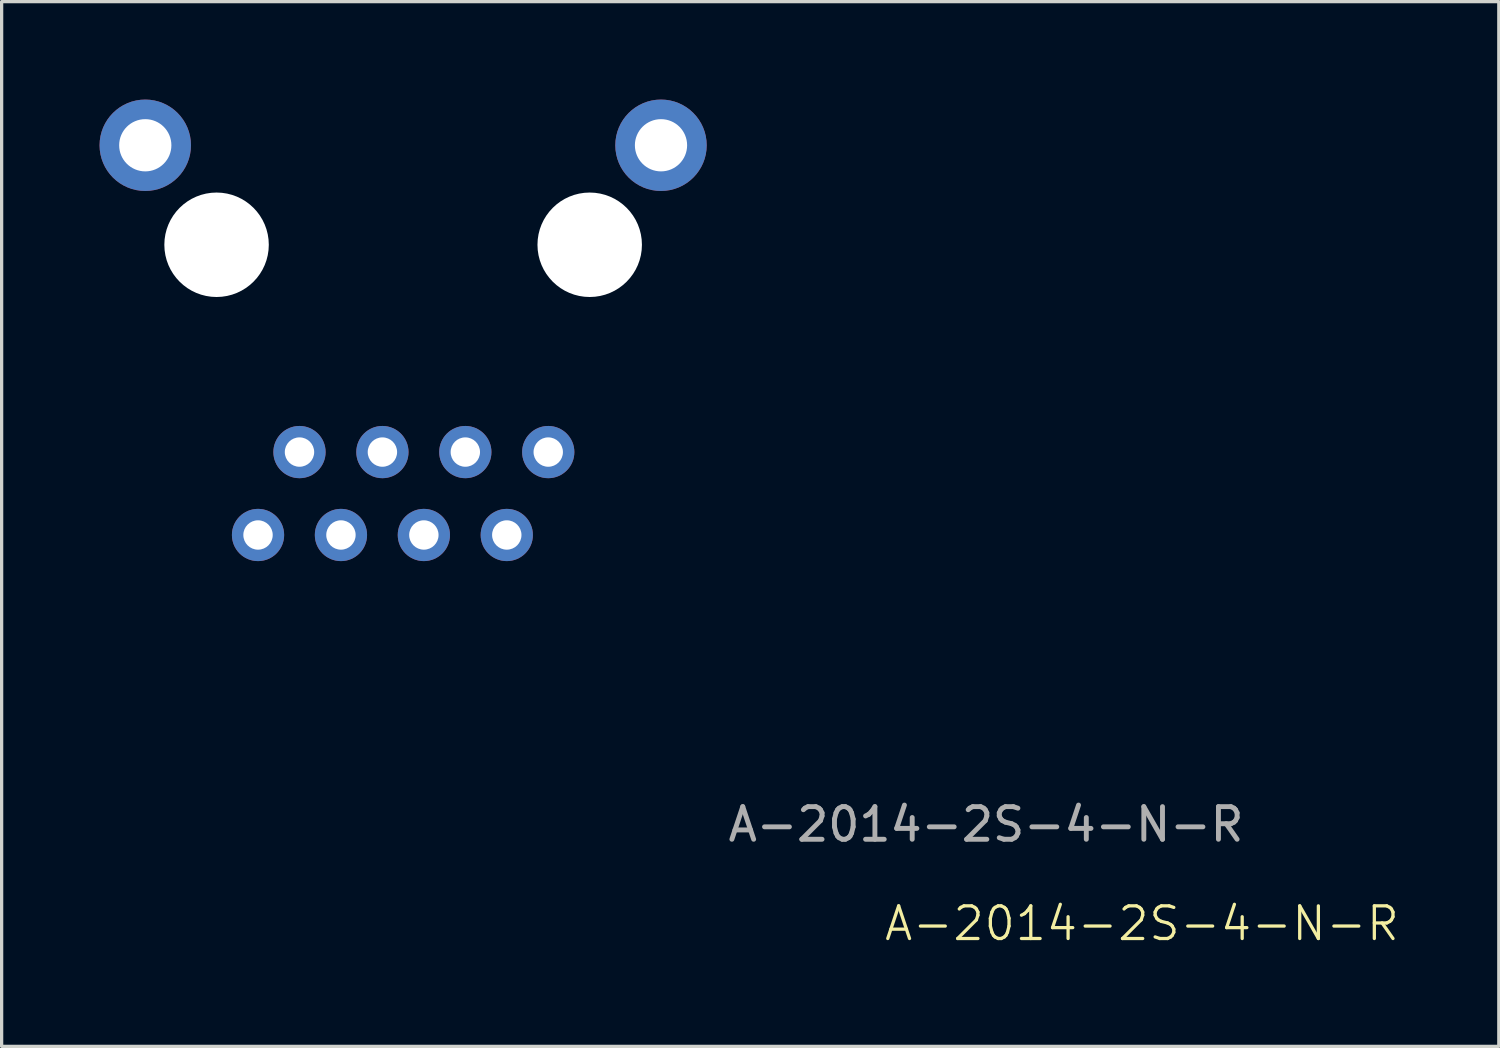
<source format=kicad_pcb>
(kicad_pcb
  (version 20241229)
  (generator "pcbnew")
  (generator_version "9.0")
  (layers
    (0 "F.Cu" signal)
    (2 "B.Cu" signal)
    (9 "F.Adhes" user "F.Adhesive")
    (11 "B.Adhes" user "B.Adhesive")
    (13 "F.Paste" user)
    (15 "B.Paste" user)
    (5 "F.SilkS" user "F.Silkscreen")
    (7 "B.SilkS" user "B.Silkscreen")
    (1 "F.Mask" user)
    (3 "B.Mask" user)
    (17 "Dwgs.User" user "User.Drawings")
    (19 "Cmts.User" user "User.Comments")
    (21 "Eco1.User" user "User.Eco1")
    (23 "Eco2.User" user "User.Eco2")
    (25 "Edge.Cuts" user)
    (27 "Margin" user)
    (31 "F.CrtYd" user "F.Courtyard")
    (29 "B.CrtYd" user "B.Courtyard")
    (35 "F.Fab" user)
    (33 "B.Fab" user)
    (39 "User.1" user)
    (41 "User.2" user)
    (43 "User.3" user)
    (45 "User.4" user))
  (footprint "A-2014-2S-4-N-R"
    (layer "F.Cu")
    (at 13.744 10.798)
    (property "Reference" "A-2014-2S-4-N-R" (at 18.186 14.443 0) (unlocked yes) (layer "F.SilkS") (effects (font (size 1 1) (thickness 0.1))))
    (attr smd)
    (fp_text user "${REFERENCE}" (at 13.411 11.406 0) (unlocked yes) (layer "F.Fab") (effects (font (size 1 1) (thickness 0.15))))
    (pad "" np_thru_hole circle (at -10.16 -6.35) (size 3.2 3.2) (drill 3.2) (layers "*.Cu" "*.Mask"))
    (pad "" np_thru_hole circle (at 1.27 -6.35) (size 3.2 3.2) (drill 3.2) (layers "*.Cu" "*.Mask"))
    (pad "1" thru_hole circle (at 0 0) (size 1.6 1.6) (drill 0.9) (layers "*.Cu" "*.Mask"))
    (pad "2" thru_hole circle (at -1.27 2.54) (size 1.6 1.6) (drill 0.9) (layers "*.Cu" "*.Mask"))
    (pad "3" thru_hole circle (at -2.54 0) (size 1.6 1.6) (drill 0.9) (layers "*.Cu" "*.Mask"))
    (pad "4" thru_hole circle (at -3.81 2.54) (size 1.6 1.6) (drill 0.9) (layers "*.Cu" "*.Mask"))
    (pad "5" thru_hole circle (at -5.08 0) (size 1.6 1.6) (drill 0.9) (layers "*.Cu" "*.Mask"))
    (pad "6" thru_hole circle (at -6.35 2.54) (size 1.6 1.6) (drill 0.9) (layers "*.Cu" "*.Mask"))
    (pad "7" thru_hole circle (at -7.62 0) (size 1.6 1.6) (drill 0.9) (layers "*.Cu" "*.Mask"))
    (pad "8" thru_hole circle (at -8.89 2.54) (size 1.6 1.6) (drill 0.9) (layers "*.Cu" "*.Mask"))
    (pad "SH" thru_hole circle (at -12.344 -9.398) (size 2.8 2.8) (drill 1.6) (layers "*.Cu" "*.Mask"))
    (pad "SH" thru_hole circle (at 3.454 -9.398) (size 2.8 2.8) (drill 1.6) (layers "*.Cu" "*.Mask")))
  (gr_rect
    (start -3 -3)
    (end 42.862 29.002)
    (stroke (width 0.1) (type default))
    (fill no)
    (layer "Edge.Cuts")))
</source>
